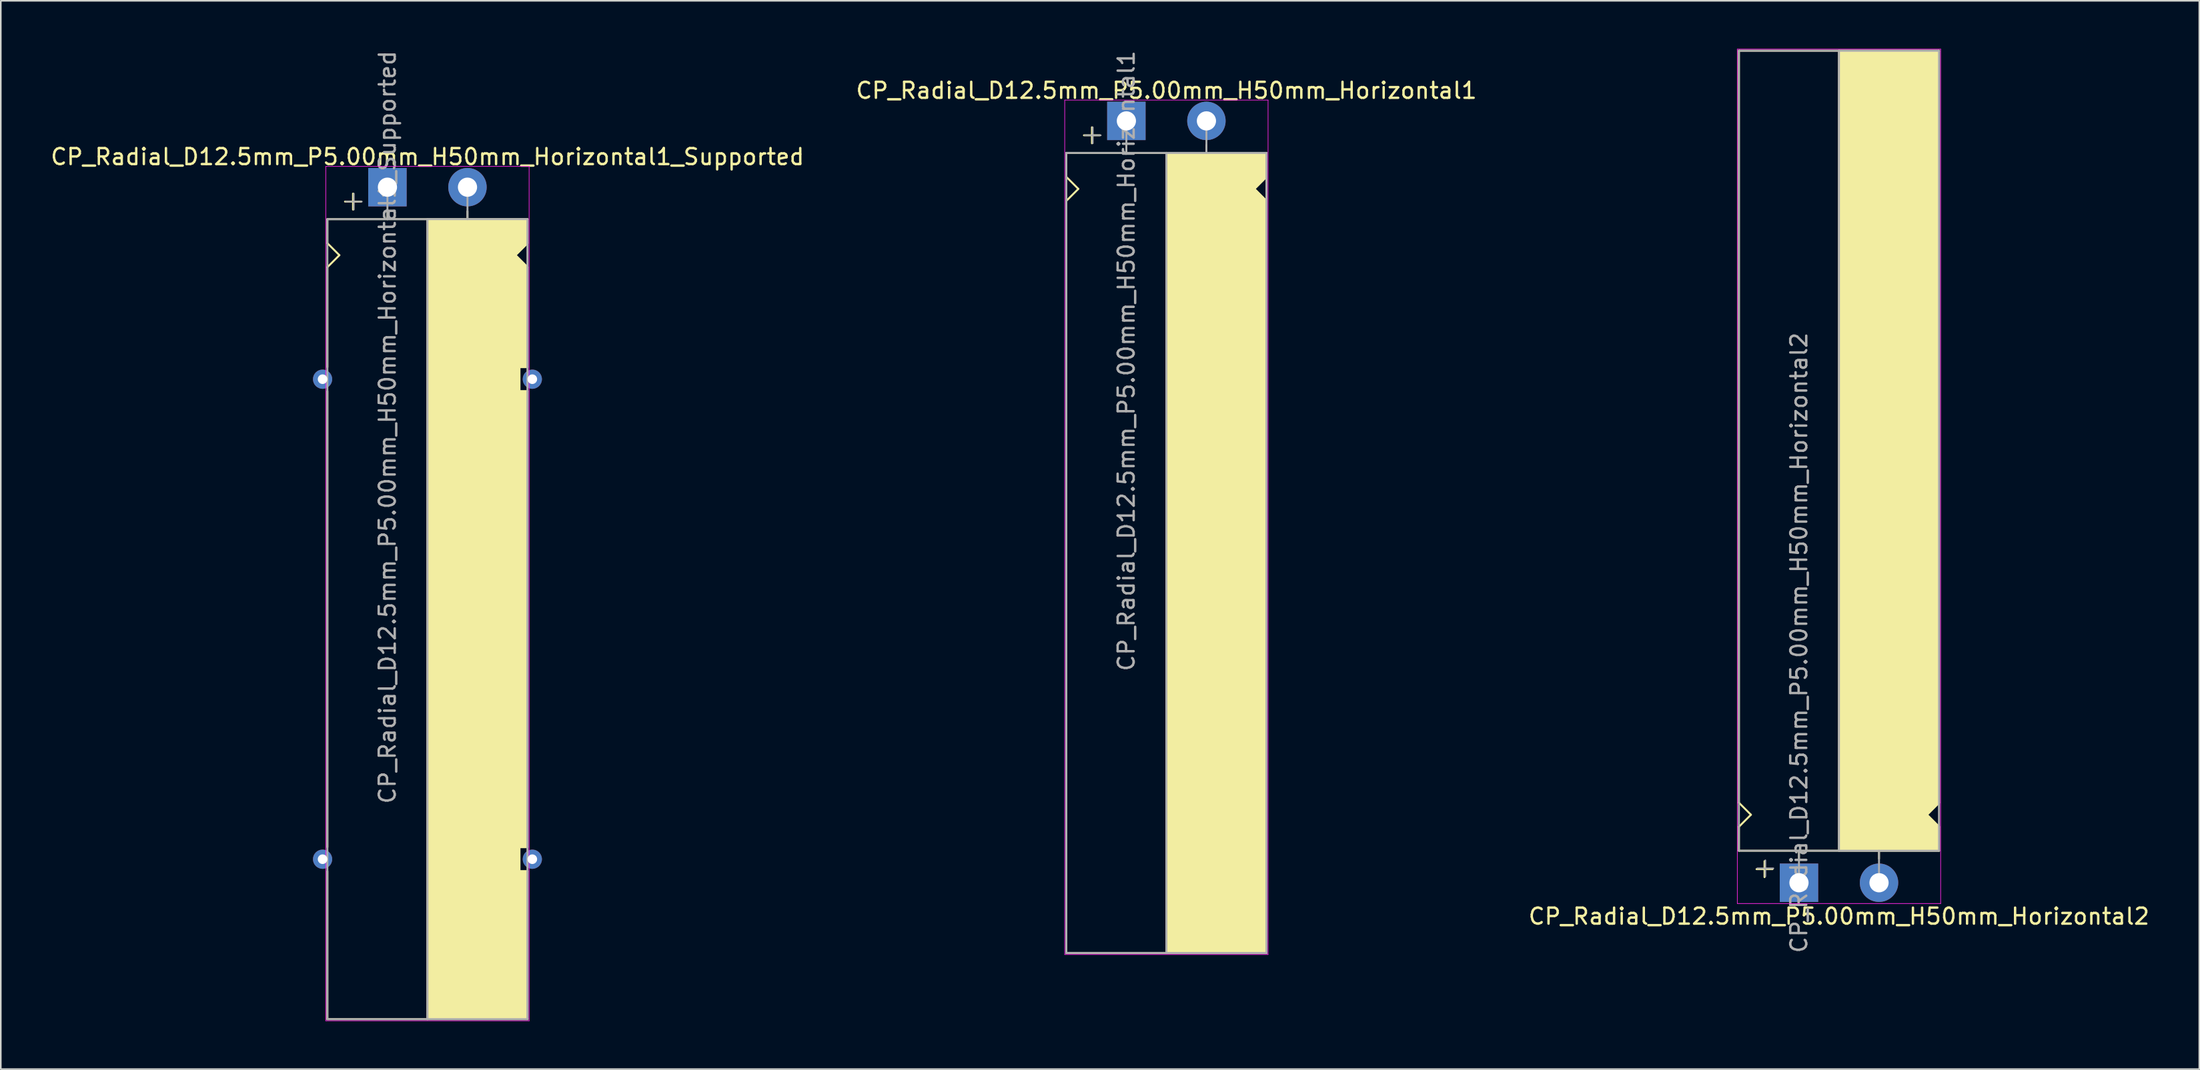
<source format=kicad_pcb>
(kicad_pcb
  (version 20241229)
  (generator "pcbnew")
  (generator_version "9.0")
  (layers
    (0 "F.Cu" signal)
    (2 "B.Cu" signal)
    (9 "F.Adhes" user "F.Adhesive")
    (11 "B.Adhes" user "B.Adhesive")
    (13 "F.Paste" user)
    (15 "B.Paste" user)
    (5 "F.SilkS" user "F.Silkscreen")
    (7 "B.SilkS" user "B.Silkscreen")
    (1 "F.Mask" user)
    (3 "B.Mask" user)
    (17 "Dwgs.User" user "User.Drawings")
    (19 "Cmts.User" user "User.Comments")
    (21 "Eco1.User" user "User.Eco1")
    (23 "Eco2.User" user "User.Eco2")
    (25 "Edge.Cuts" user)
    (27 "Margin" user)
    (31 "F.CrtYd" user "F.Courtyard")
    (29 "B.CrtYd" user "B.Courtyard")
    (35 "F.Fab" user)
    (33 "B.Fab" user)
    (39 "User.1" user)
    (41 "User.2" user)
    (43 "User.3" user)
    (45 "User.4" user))
  (footprint "CP_Radial_D12.5mm_P5.00mm_H50mm_Horizontal2"
    (layer "F.Cu")
    (at 109.315 52.12)
    (property "Reference" "CP_Radial_D12.5mm_P5.00mm_H50mm_Horizontal2" (at 2.5 2.1 180) (layer "F.SilkS") (effects (font (size 1 1) (thickness 0.15))))
    (attr through_hole)
    (fp_line (start -3.75 -5) (end -3.75 -52) (stroke (width 0.12) (type solid)) (layer "F.SilkS"))
    (fp_line (start -3.75 -3.5) (end -3 -4.25) (stroke (width 0.12) (type solid)) (layer "F.SilkS"))
    (fp_line (start -3.75 -2) (end -3.75 -3.5) (stroke (width 0.12) (type solid)) (layer "F.SilkS"))
    (fp_line (start -3 -4.25) (end -3.75 -5) (stroke (width 0.12) (type solid)) (layer "F.SilkS"))
    (fp_line (start -2.15 -1.35) (end -2.15 -0.35) (stroke (width 0.12) (type solid)) (layer "F.SilkS"))
    (fp_line (start -1.65 -0.85) (end -2.65 -0.85) (stroke (width 0.12) (type solid)) (layer "F.SilkS"))
    (fp_line (start 0 -1.5) (end 0 -2) (stroke (width 0.12) (type solid)) (layer "F.SilkS"))
    (fp_line (start 2.5 -2) (end -3.75 -2) (stroke (width 0.12) (type solid)) (layer "F.SilkS"))
    (fp_line (start 2.5 -2) (end 2.5 -52) (stroke (width 0.12) (type solid)) (layer "F.SilkS"))
    (fp_line (start 2.5 -2) (end 8.75 -2) (stroke (width 0.12) (type solid)) (layer "F.SilkS"))
    (fp_line (start 5 -1.5) (end 5 -2) (stroke (width 0.12) (type solid)) (layer "F.SilkS"))
    (fp_line (start 8 -4.25) (end 8.75 -5) (stroke (width 0.12) (type solid)) (layer "F.SilkS"))
    (fp_line (start 8.75 -52) (end -3.75 -52) (stroke (width 0.12) (type solid)) (layer "F.SilkS"))
    (fp_line (start 8.75 -5) (end 8.75 -52) (stroke (width 0.12) (type solid)) (layer "F.SilkS"))
    (fp_line (start 8.75 -3.5) (end 8 -4.25) (stroke (width 0.12) (type solid)) (layer "F.SilkS"))
    (fp_line (start 8.75 -2) (end 8.75 -3.5) (stroke (width 0.12) (type solid)) (layer "F.SilkS"))
    (fp_poly (pts (xy 8.75 -3.5) (xy 8 -4.25) (xy 8.75 -5) (xy 8.75 -52) (xy 2.5 -52) (xy 2.5 -2) (xy 8.75 -2)) (stroke (width 0.1) (type solid)) (fill yes) (layer "F.SilkS"))
    (fp_line (start -3.85 -52.1) (end -3.85 1.3) (stroke (width 0.04) (type solid)) (layer "F.CrtYd"))
    (fp_line (start 8.85 -52.1) (end -3.85 -52.1) (stroke (width 0.04) (type solid)) (layer "F.CrtYd"))
    (fp_line (start 8.85 1.3) (end -3.85 1.3) (stroke (width 0.04) (type solid)) (layer "F.CrtYd"))
    (fp_line (start 8.85 1.3) (end 8.85 -52.1) (stroke (width 0.04) (type solid)) (layer "F.CrtYd"))
    (fp_line (start -3.75 -52) (end 8.75 -52) (stroke (width 0.12) (type solid)) (layer "F.Fab"))
    (fp_line (start -3.75 -2) (end -3.75 -52) (stroke (width 0.12) (type solid)) (layer "F.Fab"))
    (fp_line (start -2.6 -0.9) (end -1.6 -0.9) (stroke (width 0.1) (type solid)) (layer "F.Fab"))
    (fp_line (start -2.1 -0.4) (end -2.1 -1.4) (stroke (width 0.1) (type solid)) (layer "F.Fab"))
    (fp_line (start 0 -2) (end -3.75 -2) (stroke (width 0.12) (type solid)) (layer "F.Fab"))
    (fp_line (start 0 0) (end 0 -2) (stroke (width 0.12) (type solid)) (layer "F.Fab"))
    (fp_line (start 2.5 -2) (end 2.5 -52) (stroke (width 0.12) (type solid)) (layer "F.Fab"))
    (fp_line (start 5 -2) (end 5 0) (stroke (width 0.12) (type solid)) (layer "F.Fab"))
    (fp_line (start 8.75 -52) (end 8.75 -2) (stroke (width 0.12) (type solid)) (layer "F.Fab"))
    (fp_line (start 8.75 -2) (end 0 -2) (stroke (width 0.12) (type solid)) (layer "F.Fab"))
    (fp_poly (pts (xy 8.75 -52) (xy 2.5 -52) (xy 2.5 -2) (xy 8.75 -2)) (stroke (width 0.1) (type solid)) (fill no) (layer "F.Fab"))
    (fp_text user "${REFERENCE}" (at 0 -15 90) (layer "F.Fab") (effects (font (size 1 1) (thickness 0.15))))
    (pad "1" thru_hole rect (at 0 0) (size 2.4 2.4) (drill 1.2) (layers "*.Cu" "*.Mask"))
    (pad "2" thru_hole circle (at 5 0) (size 2.4 2.4) (drill 1.2) (layers "*.Cu" "*.Mask")))
  (footprint "CP_Radial_D12.5mm_P5.00mm_H50mm_Horizontal1"
    (layer "F.Cu")
    (at 67.304 4.506)
    (property "Reference" "CP_Radial_D12.5mm_P5.00mm_H50mm_Horizontal1" (at 2.5 -1.9 180) (layer "F.SilkS") (effects (font (size 1 1) (thickness 0.15))))
    (attr through_hole)
    (fp_line (start -3.75 2) (end -3.75 3.5) (stroke (width 0.12) (type solid)) (layer "F.SilkS"))
    (fp_line (start -3.75 3.5) (end -3 4.25) (stroke (width 0.12) (type solid)) (layer "F.SilkS"))
    (fp_line (start -3.75 5) (end -3.75 52) (stroke (width 0.12) (type solid)) (layer "F.SilkS"))
    (fp_line (start -3 4.25) (end -3.75 5) (stroke (width 0.12) (type solid)) (layer "F.SilkS"))
    (fp_line (start -2.15 0.4) (end -2.15 1.4) (stroke (width 0.12) (type solid)) (layer "F.SilkS"))
    (fp_line (start -1.65 0.9) (end -2.65 0.9) (stroke (width 0.12) (type solid)) (layer "F.SilkS"))
    (fp_line (start 0 1.5) (end 0 2) (stroke (width 0.12) (type solid)) (layer "F.SilkS"))
    (fp_line (start 2.5 2) (end -3.75 2) (stroke (width 0.12) (type solid)) (layer "F.SilkS"))
    (fp_line (start 2.5 2) (end 2.5 52) (stroke (width 0.12) (type solid)) (layer "F.SilkS"))
    (fp_line (start 2.5 2) (end 8.75 2) (stroke (width 0.12) (type solid)) (layer "F.SilkS"))
    (fp_line (start 5 1.5) (end 5 2) (stroke (width 0.12) (type solid)) (layer "F.SilkS"))
    (fp_line (start 8 4.25) (end 8.75 5) (stroke (width 0.12) (type solid)) (layer "F.SilkS"))
    (fp_line (start 8.75 2) (end 8.75 3.5) (stroke (width 0.12) (type solid)) (layer "F.SilkS"))
    (fp_line (start 8.75 3.5) (end 8 4.25) (stroke (width 0.12) (type solid)) (layer "F.SilkS"))
    (fp_line (start 8.75 5) (end 8.75 52) (stroke (width 0.12) (type solid)) (layer "F.SilkS"))
    (fp_line (start 8.75 52) (end -3.75 52) (stroke (width 0.12) (type solid)) (layer "F.SilkS"))
    (fp_poly (pts (xy 8.75 3.5) (xy 8 4.25) (xy 8.75 5) (xy 8.75 52) (xy 2.5 52) (xy 2.5 2) (xy 8.75 2)) (stroke (width 0.1) (type solid)) (fill yes) (layer "F.SilkS"))
    (fp_line (start -3.85 -1.3) (end 8.85 -1.3) (stroke (width 0.04) (type solid)) (layer "F.CrtYd"))
    (fp_line (start -3.85 52.1) (end -3.85 -1.3) (stroke (width 0.04) (type solid)) (layer "F.CrtYd"))
    (fp_line (start 8.85 -1.3) (end 8.85 52.1) (stroke (width 0.04) (type solid)) (layer "F.CrtYd"))
    (fp_line (start 8.85 52.1) (end -3.85 52.1) (stroke (width 0.04) (type solid)) (layer "F.CrtYd"))
    (fp_line (start -3.75 2) (end -3.75 52) (stroke (width 0.12) (type solid)) (layer "F.Fab"))
    (fp_line (start -3.75 52) (end 8.75 52) (stroke (width 0.12) (type solid)) (layer "F.Fab"))
    (fp_line (start -2.6 0.9) (end -1.6 0.9) (stroke (width 0.1) (type solid)) (layer "F.Fab"))
    (fp_line (start -2.1 1.4) (end -2.1 0.4) (stroke (width 0.1) (type solid)) (layer "F.Fab"))
    (fp_line (start 0 0) (end 0 2) (stroke (width 0.12) (type solid)) (layer "F.Fab"))
    (fp_line (start 0 2) (end -3.75 2) (stroke (width 0.12) (type solid)) (layer "F.Fab"))
    (fp_line (start 2.5 2) (end 2.5 52) (stroke (width 0.12) (type solid)) (layer "F.Fab"))
    (fp_line (start 5 2) (end 5 0) (stroke (width 0.12) (type solid)) (layer "F.Fab"))
    (fp_line (start 8.75 2) (end 0 2) (stroke (width 0.12) (type solid)) (layer "F.Fab"))
    (fp_line (start 8.75 52) (end 8.75 2) (stroke (width 0.12) (type solid)) (layer "F.Fab"))
    (fp_poly (pts (xy 8.75 52) (xy 2.5 52) (xy 2.5 2) (xy 8.75 2)) (stroke (width 0.1) (type solid)) (fill no) (layer "F.Fab"))
    (fp_text user "${REFERENCE}" (at 0 15 90) (layer "F.Fab") (effects (font (size 1 1) (thickness 0.15))))
    (pad "1" thru_hole rect (at 0 0) (size 2.4 2.4) (drill 1.2) (layers "*.Cu" "*.Mask"))
    (pad "2" thru_hole circle (at 5 0) (size 2.4 2.4) (drill 1.2) (layers "*.Cu" "*.Mask")))
  (footprint "CP_Radial_D12.5mm_P5.00mm_H50mm_Horizontal1_Supported"
    (layer "F.Cu")
    (at 21.149 8.649)
    (property "Reference" "CP_Radial_D12.5mm_P5.00mm_H50mm_Horizontal1_Supported" (at 2.5 -1.9 180) (layer "F.SilkS") (effects (font (size 1 1) (thickness 0.15))))
    (attr through_hole)
    (fp_line (start -3.75 2) (end -3.75 3.5) (stroke (width 0.12) (type solid)) (layer "F.SilkS"))
    (fp_line (start -3.75 3.5) (end -3 4.25) (stroke (width 0.12) (type solid)) (layer "F.SilkS"))
    (fp_line (start -3.75 5) (end -3.75 11.25) (stroke (width 0.12) (type solid)) (layer "F.SilkS"))
    (fp_line (start -3.75 12.75) (end -3.75 41.25) (stroke (width 0.12) (type solid)) (layer "F.SilkS"))
    (fp_line (start -3.75 52) (end -3.75 42.75) (stroke (width 0.12) (type solid)) (layer "F.SilkS"))
    (fp_line (start -3 4.25) (end -3.75 5) (stroke (width 0.12) (type solid)) (layer "F.SilkS"))
    (fp_line (start -2.15 0.4) (end -2.15 1.4) (stroke (width 0.12) (type solid)) (layer "F.SilkS"))
    (fp_line (start -1.65 0.9) (end -2.65 0.9) (stroke (width 0.12) (type solid)) (layer "F.SilkS"))
    (fp_line (start 0 1.5) (end 0 2) (stroke (width 0.12) (type solid)) (layer "F.SilkS"))
    (fp_line (start 2.5 2) (end -3.75 2) (stroke (width 0.12) (type solid)) (layer "F.SilkS"))
    (fp_line (start 2.5 2) (end 2.5 52) (stroke (width 0.12) (type solid)) (layer "F.SilkS"))
    (fp_line (start 2.5 2) (end 8.75 2) (stroke (width 0.12) (type solid)) (layer "F.SilkS"))
    (fp_line (start 5 1.5) (end 5 2) (stroke (width 0.12) (type solid)) (layer "F.SilkS"))
    (fp_line (start 8 4.25) (end 8.75 5) (stroke (width 0.12) (type solid)) (layer "F.SilkS"))
    (fp_line (start 8.25 11.25) (end 8.75 11.25) (stroke (width 0.12) (type solid)) (layer "F.SilkS"))
    (fp_line (start 8.25 12.75) (end 8.25 11.25) (stroke (width 0.12) (type solid)) (layer "F.SilkS"))
    (fp_line (start 8.25 41.25) (end 8.75 41.25) (stroke (width 0.12) (type solid)) (layer "F.SilkS"))
    (fp_line (start 8.25 42.75) (end 8.25 41.25) (stroke (width 0.12) (type solid)) (layer "F.SilkS"))
    (fp_line (start 8.75 2) (end 8.75 3.5) (stroke (width 0.12) (type solid)) (layer "F.SilkS"))
    (fp_line (start 8.75 3.5) (end 8 4.25) (stroke (width 0.12) (type solid)) (layer "F.SilkS"))
    (fp_line (start 8.75 5) (end 8.75 11.25) (stroke (width 0.12) (type solid)) (layer "F.SilkS"))
    (fp_line (start 8.75 12.75) (end 8.25 12.75) (stroke (width 0.12) (type solid)) (layer "F.SilkS"))
    (fp_line (start 8.75 12.75) (end 8.75 41.25) (stroke (width 0.12) (type solid)) (layer "F.SilkS"))
    (fp_line (start 8.75 42.75) (end 8.25 42.75) (stroke (width 0.12) (type solid)) (layer "F.SilkS"))
    (fp_line (start 8.75 52) (end -3.75 52) (stroke (width 0.12) (type solid)) (layer "F.SilkS"))
    (fp_line (start 8.75 52) (end 8.75 42.75) (stroke (width 0.12) (type solid)) (layer "F.SilkS"))
    (fp_poly (pts (xy 8.75 3.5) (xy 8 4.25) (xy 8.75 5) (xy 8.75 11.25) (xy 8.25 11.25) (xy 8.25 12.75) (xy 8.75 12.75) (xy 8.75 41.25) (xy 8.25 41.25) (xy 8.25 42.75) (xy 8.75 42.75) (xy 8.75 52) (xy 2.5 52) (xy 2.5 2) (xy 8.75 2)) (stroke (width 0.1) (type solid)) (fill yes) (layer "F.SilkS"))
    (fp_line (start -3.85 -1.3) (end 8.85 -1.3) (stroke (width 0.04) (type solid)) (layer "F.CrtYd"))
    (fp_line (start -3.85 52.1) (end -3.85 -1.3) (stroke (width 0.04) (type solid)) (layer "F.CrtYd"))
    (fp_line (start 8.85 -1.3) (end 8.85 52.1) (stroke (width 0.04) (type solid)) (layer "F.CrtYd"))
    (fp_line (start 8.85 52.1) (end -3.85 52.1) (stroke (width 0.04) (type solid)) (layer "F.CrtYd"))
    (fp_line (start -3.75 2) (end -3.75 52) (stroke (width 0.12) (type solid)) (layer "F.Fab"))
    (fp_line (start -3.75 52) (end 8.75 52) (stroke (width 0.12) (type solid)) (layer "F.Fab"))
    (fp_line (start -2.6 0.9) (end -1.6 0.9) (stroke (width 0.1) (type solid)) (layer "F.Fab"))
    (fp_line (start -2.1 1.4) (end -2.1 0.4) (stroke (width 0.1) (type solid)) (layer "F.Fab"))
    (fp_line (start 0 0) (end 0 2) (stroke (width 0.12) (type solid)) (layer "F.Fab"))
    (fp_line (start 0 2) (end -3.75 2) (stroke (width 0.12) (type solid)) (layer "F.Fab"))
    (fp_line (start 2.5 2) (end 2.5 52) (stroke (width 0.12) (type solid)) (layer "F.Fab"))
    (fp_line (start 5 2) (end 5 0) (stroke (width 0.12) (type solid)) (layer "F.Fab"))
    (fp_line (start 8.75 2) (end 0 2) (stroke (width 0.12) (type solid)) (layer "F.Fab"))
    (fp_line (start 8.75 52) (end 8.75 2) (stroke (width 0.12) (type solid)) (layer "F.Fab"))
    (fp_poly (pts (xy 8.75 52) (xy 2.5 52) (xy 2.5 2) (xy 8.75 2)) (stroke (width 0.1) (type solid)) (fill no) (layer "F.Fab"))
    (fp_text user "${REFERENCE}" (at 0 15 90) (layer "F.Fab") (effects (font (size 1 1) (thickness 0.15))))
    (pad "" thru_hole circle (at -4.05 12) (size 1.2 1.2) (drill 0.6) (layers "*.Cu" "*.Mask"))
    (pad "" thru_hole circle (at -4.05 42) (size 1.2 1.2) (drill 0.6) (layers "*.Cu" "*.Mask"))
    (pad "" thru_hole circle (at 9.05 12) (size 1.2 1.2) (drill 0.6) (layers "*.Cu" "*.Mask"))
    (pad "" thru_hole circle (at 9.05 42) (size 1.2 1.2) (drill 0.6) (layers "*.Cu" "*.Mask"))
    (pad "1" thru_hole rect (at 0 0) (size 2.4 2.4) (drill 1.2) (layers "*.Cu" "*.Mask"))
    (pad "2" thru_hole circle (at 5 0) (size 2.4 2.4) (drill 1.2) (layers "*.Cu" "*.Mask")))
  (gr_rect
    (start -3 -3)
    (end 134.321 63.769)
    (stroke (width 0.1) (type default))
    (fill no)
    (layer "Edge.Cuts")))
</source>
